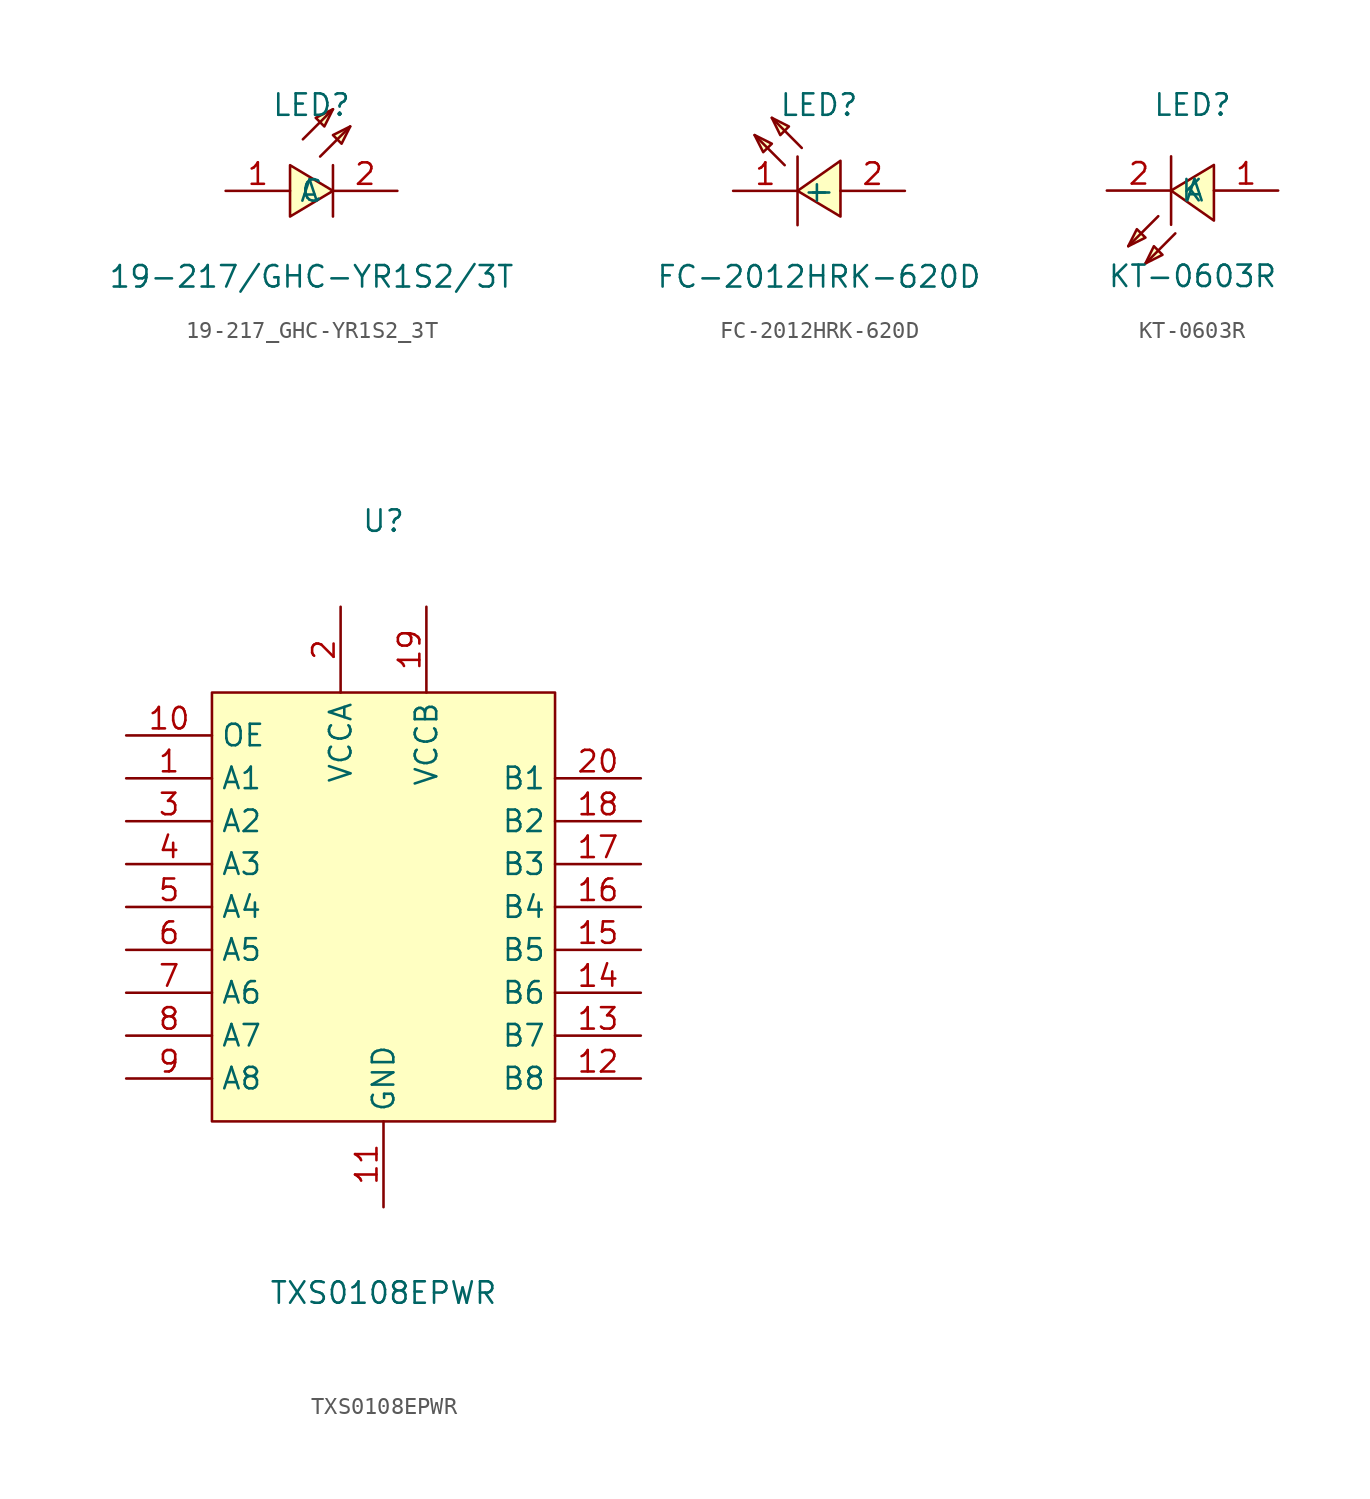
<source format=kicad_sym>
(kicad_symbol_lib
  (version 20211014)
  (generator https://github.com/uPesy/easyeda2kicad.py)
  (symbol "19-217_GHC-YR1S2_3T"
    (property "Reference" "LED"
      (at 0 3.81 0)
      (effects (font (size 1.27 1.27))))
    (property "Value" "19-217/GHC-YR1S2/3T"
      (at 0 -6.35 0)
      (effects (font (size 1.27 1.27))))
    (symbol "19-217_GHC-YR1S2_3T_0_1"
      (polyline (pts (xy 0.51 0.76) (xy 2.29 2.54)) (stroke (width 0) (type default) (color 0 0 0 0)) (fill (type none)))
      (polyline (pts (xy -0.51 1.78) (xy 1.27 3.56)) (stroke (width 0) (type default) (color 0 0 0 0)) (fill (type none)))
      (polyline (pts (xy 1.27 0.25) (xy 1.27 -2.79)) (stroke (width 0) (type default) (color 0 0 0 0)) (fill (type none)))
      (polyline (pts (xy -1.27 -2.79) (xy 1.27 -1.27) (xy -1.27 0.25) (xy -1.27 -2.79)) (stroke (width 0) (type default) (color 0 0 0 0)) (fill (type background)))
      (polyline (pts (xy 2.29 2.54) (xy 1.27 2.03) (xy 1.78 1.52) (xy 2.29 2.54)) (stroke (width 0) (type default) (color 0 0 0 0)) (fill (type background)))
      (polyline (pts (xy 1.27 3.56) (xy 0.25 3.05) (xy 0.76 2.54) (xy 1.27 3.56)) (stroke (width 0) (type default) (color 0 0 0 0)) (fill (type background)))
      (pin input line (at -5.08 -1.27 0) (length 3.81) (name "A" (effects (font (size 1.27 1.27)))) (number "1" (effects (font (size 1.27 1.27)))))
      (pin input line (at 5.08 -1.27 180) (length 3.81) (name "C" (effects (font (size 1.27 1.27)))) (number "2" (effects (font (size 1.27 1.27)))))))
  (symbol "FC-2012HRK-620D"
    (property "Reference" "LED"
      (at 0 5.08 0)
      (effects (font (size 1.27 1.27))))
    (property "Value" "FC-2012HRK-620D"
      (at 0 -5.08 0)
      (effects (font (size 1.27 1.27))))
    (symbol "FC-2012HRK-620D_0_1"
      (polyline (pts (xy -3.81 3.30) (xy -2.79 2.79) (xy -3.30 2.29) (xy -3.81 3.30)) (stroke (width 0) (type default) (color 0 0 0 0)) (fill (type background)))
      (polyline (pts (xy -2.79 4.32) (xy -1.78 3.81) (xy -2.29 3.30) (xy -2.79 4.32)) (stroke (width 0) (type default) (color 0 0 0 0)) (fill (type background)))
      (polyline (pts (xy 1.27 -1.52) (xy -1.27 -0.00) (xy 1.27 1.78) (xy 1.27 -1.52)) (stroke (width 0) (type default) (color 0 0 0 0)) (fill (type background)))
      (polyline (pts (xy -2.03 1.52) (xy -3.81 3.30)) (stroke (width 0) (type default) (color 0 0 0 0)) (fill (type none)))
      (polyline (pts (xy -1.02 2.54) (xy -2.79 4.32)) (stroke (width 0) (type default) (color 0 0 0 0)) (fill (type none)))
      (polyline (pts (xy -1.27 2.03) (xy -1.27 -2.03)) (stroke (width 0) (type default) (color 0 0 0 0)) (fill (type none)))
      (pin unspecified line (at -5.08 -0.00 0) (length 3.81) (name "-" (effects (font (size 1.27 1.27)))) (number "1" (effects (font (size 1.27 1.27)))))
      (pin unspecified line (at 5.08 -0.00 180) (length 3.81) (name "+" (effects (font (size 1.27 1.27)))) (number "2" (effects (font (size 1.27 1.27)))))))
  (symbol "KT-0603R"
    (property "Reference" "LED"
      (at 0 6.35 0)
      (effects (font (size 1.27 1.27))))
    (property "Value" "KT-0603R"
      (at 0 -3.81 0)
      (effects (font (size 1.27 1.27))))
    (symbol "KT-0603R_0_1"
      (polyline (pts (xy -3.81 -2.03) (xy -2.79 -1.52) (xy -3.30 -1.02) (xy -3.81 -2.03)) (stroke (width 0) (type default) (color 0 0 0 0)) (fill (type background)))
      (polyline (pts (xy -2.79 -3.05) (xy -1.78 -2.54) (xy -2.29 -2.03) (xy -2.79 -3.05)) (stroke (width 0) (type default) (color 0 0 0 0)) (fill (type background)))
      (polyline (pts (xy 1.27 2.79) (xy -1.27 1.27) (xy 1.27 -0.51) (xy 1.27 2.79)) (stroke (width 0) (type default) (color 0 0 0 0)) (fill (type background)))
      (polyline (pts (xy -2.03 -0.25) (xy -3.81 -2.03)) (stroke (width 0) (type default) (color 0 0 0 0)) (fill (type none)))
      (polyline (pts (xy -1.02 -1.27) (xy -2.79 -3.05)) (stroke (width 0) (type default) (color 0 0 0 0)) (fill (type none)))
      (polyline (pts (xy -1.27 -0.76) (xy -1.27 3.30)) (stroke (width 0) (type default) (color 0 0 0 0)) (fill (type none)))
      (pin unspecified line (at -5.08 1.27 0) (length 3.81) (name "K" (effects (font (size 1.27 1.27)))) (number "2" (effects (font (size 1.27 1.27)))))
      (pin unspecified line (at 5.08 1.27 180) (length 3.81) (name "A" (effects (font (size 1.27 1.27)))) (number "1" (effects (font (size 1.27 1.27)))))))
  (symbol "TXS0108EPWR"
    (property "Reference" "U"
      (at 0 22.86 0)
      (effects (font (size 1.27 1.27))))
    (property "Value" "TXS0108EPWR"
      (at 0 -22.86 0)
      (effects (font (size 1.27 1.27))))
    (symbol "TXS0108EPWR_0_1"
      (rectangle (start -10.16 12.70) (end 10.16 -12.70) (stroke (width 0) (type default) (color 0 0 0 0)) (fill (type background)))
      (pin unspecified line (at -15.24 7.62 0) (length 5.08) (name "A1" (effects (font (size 1.27 1.27)))) (number "1" (effects (font (size 1.27 1.27)))))
      (pin unspecified line (at -2.54 17.78 270) (length 5.08) (name "VCCA" (effects (font (size 1.27 1.27)))) (number "2" (effects (font (size 1.27 1.27)))))
      (pin unspecified line (at -15.24 5.08 0) (length 5.08) (name "A2" (effects (font (size 1.27 1.27)))) (number "3" (effects (font (size 1.27 1.27)))))
      (pin unspecified line (at -15.24 2.54 0) (length 5.08) (name "A3" (effects (font (size 1.27 1.27)))) (number "4" (effects (font (size 1.27 1.27)))))
      (pin unspecified line (at -15.24 -0.00 0) (length 5.08) (name "A4" (effects (font (size 1.27 1.27)))) (number "5" (effects (font (size 1.27 1.27)))))
      (pin unspecified line (at -15.24 -2.54 0) (length 5.08) (name "A5" (effects (font (size 1.27 1.27)))) (number "6" (effects (font (size 1.27 1.27)))))
      (pin unspecified line (at -15.24 -5.08 0) (length 5.08) (name "A6" (effects (font (size 1.27 1.27)))) (number "7" (effects (font (size 1.27 1.27)))))
      (pin unspecified line (at -15.24 -7.62 0) (length 5.08) (name "A7" (effects (font (size 1.27 1.27)))) (number "8" (effects (font (size 1.27 1.27)))))
      (pin unspecified line (at -15.24 -10.16 0) (length 5.08) (name "A8" (effects (font (size 1.27 1.27)))) (number "9" (effects (font (size 1.27 1.27)))))
      (pin unspecified line (at -15.24 10.16 0) (length 5.08) (name "OE" (effects (font (size 1.27 1.27)))) (number "10" (effects (font (size 1.27 1.27)))))
      (pin unspecified line (at 0.00 -17.78 90) (length 5.08) (name "GND" (effects (font (size 1.27 1.27)))) (number "11" (effects (font (size 1.27 1.27)))))
      (pin unspecified line (at 15.24 -10.16 180) (length 5.08) (name "B8" (effects (font (size 1.27 1.27)))) (number "12" (effects (font (size 1.27 1.27)))))
      (pin unspecified line (at 15.24 -7.62 180) (length 5.08) (name "B7" (effects (font (size 1.27 1.27)))) (number "13" (effects (font (size 1.27 1.27)))))
      (pin unspecified line (at 15.24 -5.08 180) (length 5.08) (name "B6" (effects (font (size 1.27 1.27)))) (number "14" (effects (font (size 1.27 1.27)))))
      (pin unspecified line (at 15.24 -2.54 180) (length 5.08) (name "B5" (effects (font (size 1.27 1.27)))) (number "15" (effects (font (size 1.27 1.27)))))
      (pin unspecified line (at 15.24 -0.00 180) (length 5.08) (name "B4" (effects (font (size 1.27 1.27)))) (number "16" (effects (font (size 1.27 1.27)))))
      (pin unspecified line (at 15.24 2.54 180) (length 5.08) (name "B3" (effects (font (size 1.27 1.27)))) (number "17" (effects (font (size 1.27 1.27)))))
      (pin unspecified line (at 15.24 5.08 180) (length 5.08) (name "B2" (effects (font (size 1.27 1.27)))) (number "18" (effects (font (size 1.27 1.27)))))
      (pin unspecified line (at 2.54 17.78 270) (length 5.08) (name "VCCB" (effects (font (size 1.27 1.27)))) (number "19" (effects (font (size 1.27 1.27)))))
      (pin unspecified line (at 15.24 7.62 180) (length 5.08) (name "B1" (effects (font (size 1.27 1.27)))) (number "20" (effects (font (size 1.27 1.27))))))))
</source>
